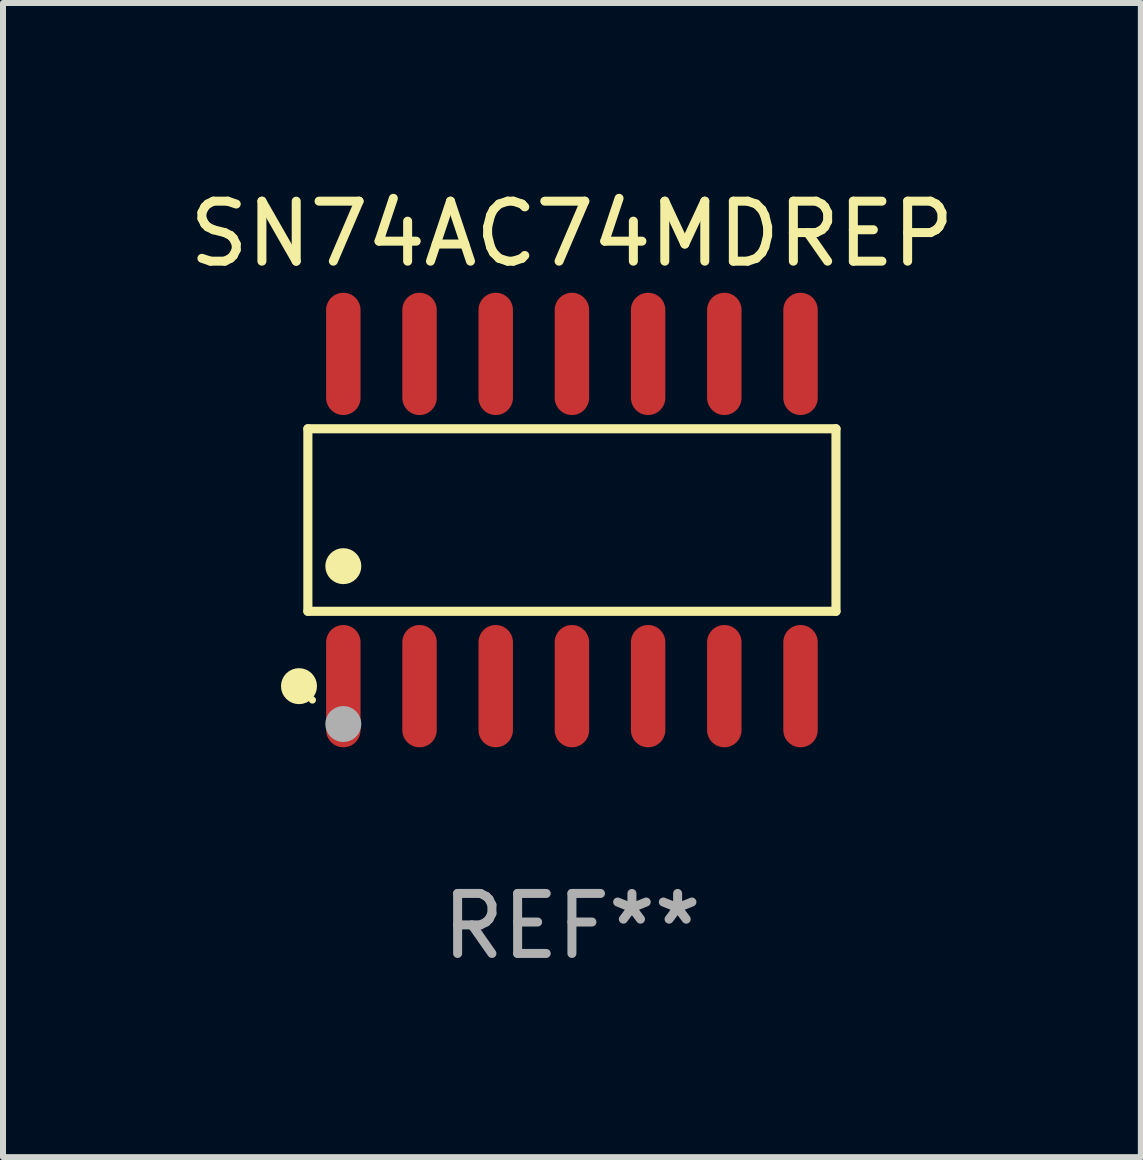
<source format=kicad_pcb>
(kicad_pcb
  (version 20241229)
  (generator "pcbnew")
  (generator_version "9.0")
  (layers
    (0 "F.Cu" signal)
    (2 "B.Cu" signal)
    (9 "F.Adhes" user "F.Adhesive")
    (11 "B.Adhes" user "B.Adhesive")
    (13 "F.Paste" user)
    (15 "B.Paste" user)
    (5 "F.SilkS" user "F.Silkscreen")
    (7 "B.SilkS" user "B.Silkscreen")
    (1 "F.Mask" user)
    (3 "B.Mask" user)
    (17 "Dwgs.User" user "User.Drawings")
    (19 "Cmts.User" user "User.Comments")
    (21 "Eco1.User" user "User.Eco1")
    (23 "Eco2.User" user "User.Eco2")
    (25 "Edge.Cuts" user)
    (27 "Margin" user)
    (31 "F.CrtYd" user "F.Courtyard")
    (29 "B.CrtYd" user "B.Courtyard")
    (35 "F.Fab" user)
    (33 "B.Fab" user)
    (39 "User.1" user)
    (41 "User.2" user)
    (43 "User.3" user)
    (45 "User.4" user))
  (footprint "SN74AC74MDREP"
    (layer "F.Cu")
    (at 6.482 5.617)
    (property "Reference" "SN74AC74MDREP" (at 0 -4.769 0) (layer "F.SilkS") (effects (font (size 1 1) (thickness 0.15))))
    (attr through_hole)
    (fp_line (start -4.401 -1.521) (end 4.401 -1.521) (stroke (width 0.152) (type solid)) (layer "F.SilkS"))
    (fp_line (start -4.401 1.521) (end -4.401 -1.521) (stroke (width 0.152) (type solid)) (layer "F.SilkS"))
    (fp_line (start 4.401 -1.521) (end 4.401 1.521) (stroke (width 0.152) (type solid)) (layer "F.SilkS"))
    (fp_line (start 4.401 1.521) (end -4.401 1.521) (stroke (width 0.152) (type solid)) (layer "F.SilkS"))
    (fp_circle (center -4.549 2.769) (end -4.399 2.769) (stroke (width 0.3) (type solid)) (fill no) (layer "F.SilkS"))
    (fp_circle (center -4.325 3) (end -4.295 3) (stroke (width 0.06) (type solid)) (fill no) (layer "F.SilkS"))
    (fp_circle (center -3.81 0.769) (end -3.66 0.769) (stroke (width 0.3) (type solid)) (fill no) (layer "F.SilkS"))
    (fp_circle (center -3.81 3.4) (end -3.66 3.4) (stroke (width 0.3) (type solid)) (fill no) (layer "F.Fab"))
    (fp_text user "REF**" (at 0 6.769 0) (layer "F.Fab") (effects (font (size 1 1) (thickness 0.15))))
    (pad "1" smd oval (at -3.81 2.769) (size 0.574 2.038) (layers "F.Cu" "F.Mask" "F.Paste"))
    (pad "2" smd oval (at -2.54 2.769) (size 0.574 2.038) (layers "F.Cu" "F.Mask" "F.Paste"))
    (pad "3" smd oval (at -1.27 2.769) (size 0.574 2.038) (layers "F.Cu" "F.Mask" "F.Paste"))
    (pad "4" smd oval (at 0 2.769) (size 0.574 2.038) (layers "F.Cu" "F.Mask" "F.Paste"))
    (pad "5" smd oval (at 1.27 2.769) (size 0.574 2.038) (layers "F.Cu" "F.Mask" "F.Paste"))
    (pad "6" smd oval (at 2.54 2.769) (size 0.574 2.038) (layers "F.Cu" "F.Mask" "F.Paste"))
    (pad "7" smd oval (at 3.81 2.769) (size 0.574 2.038) (layers "F.Cu" "F.Mask" "F.Paste"))
    (pad "8" smd oval (at 3.81 -2.769) (size 0.574 2.038) (layers "F.Cu" "F.Mask" "F.Paste"))
    (pad "9" smd oval (at 2.54 -2.769) (size 0.574 2.038) (layers "F.Cu" "F.Mask" "F.Paste"))
    (pad "10" smd oval (at 1.27 -2.769) (size 0.574 2.038) (layers "F.Cu" "F.Mask" "F.Paste"))
    (pad "11" smd oval (at 0 -2.769) (size 0.574 2.038) (layers "F.Cu" "F.Mask" "F.Paste"))
    (pad "12" smd oval (at -1.27 -2.769) (size 0.574 2.038) (layers "F.Cu" "F.Mask" "F.Paste"))
    (pad "13" smd oval (at -2.54 -2.769) (size 0.574 2.038) (layers "F.Cu" "F.Mask" "F.Paste"))
    (pad "14" smd oval (at -3.81 -2.769) (size 0.574 2.038) (layers "F.Cu" "F.Mask" "F.Paste")))
  (gr_rect
    (start -3 -3)
    (end 15.964 16.235)
    (stroke (width 0.1) (type default))
    (fill no)
    (layer "Edge.Cuts")))
</source>
